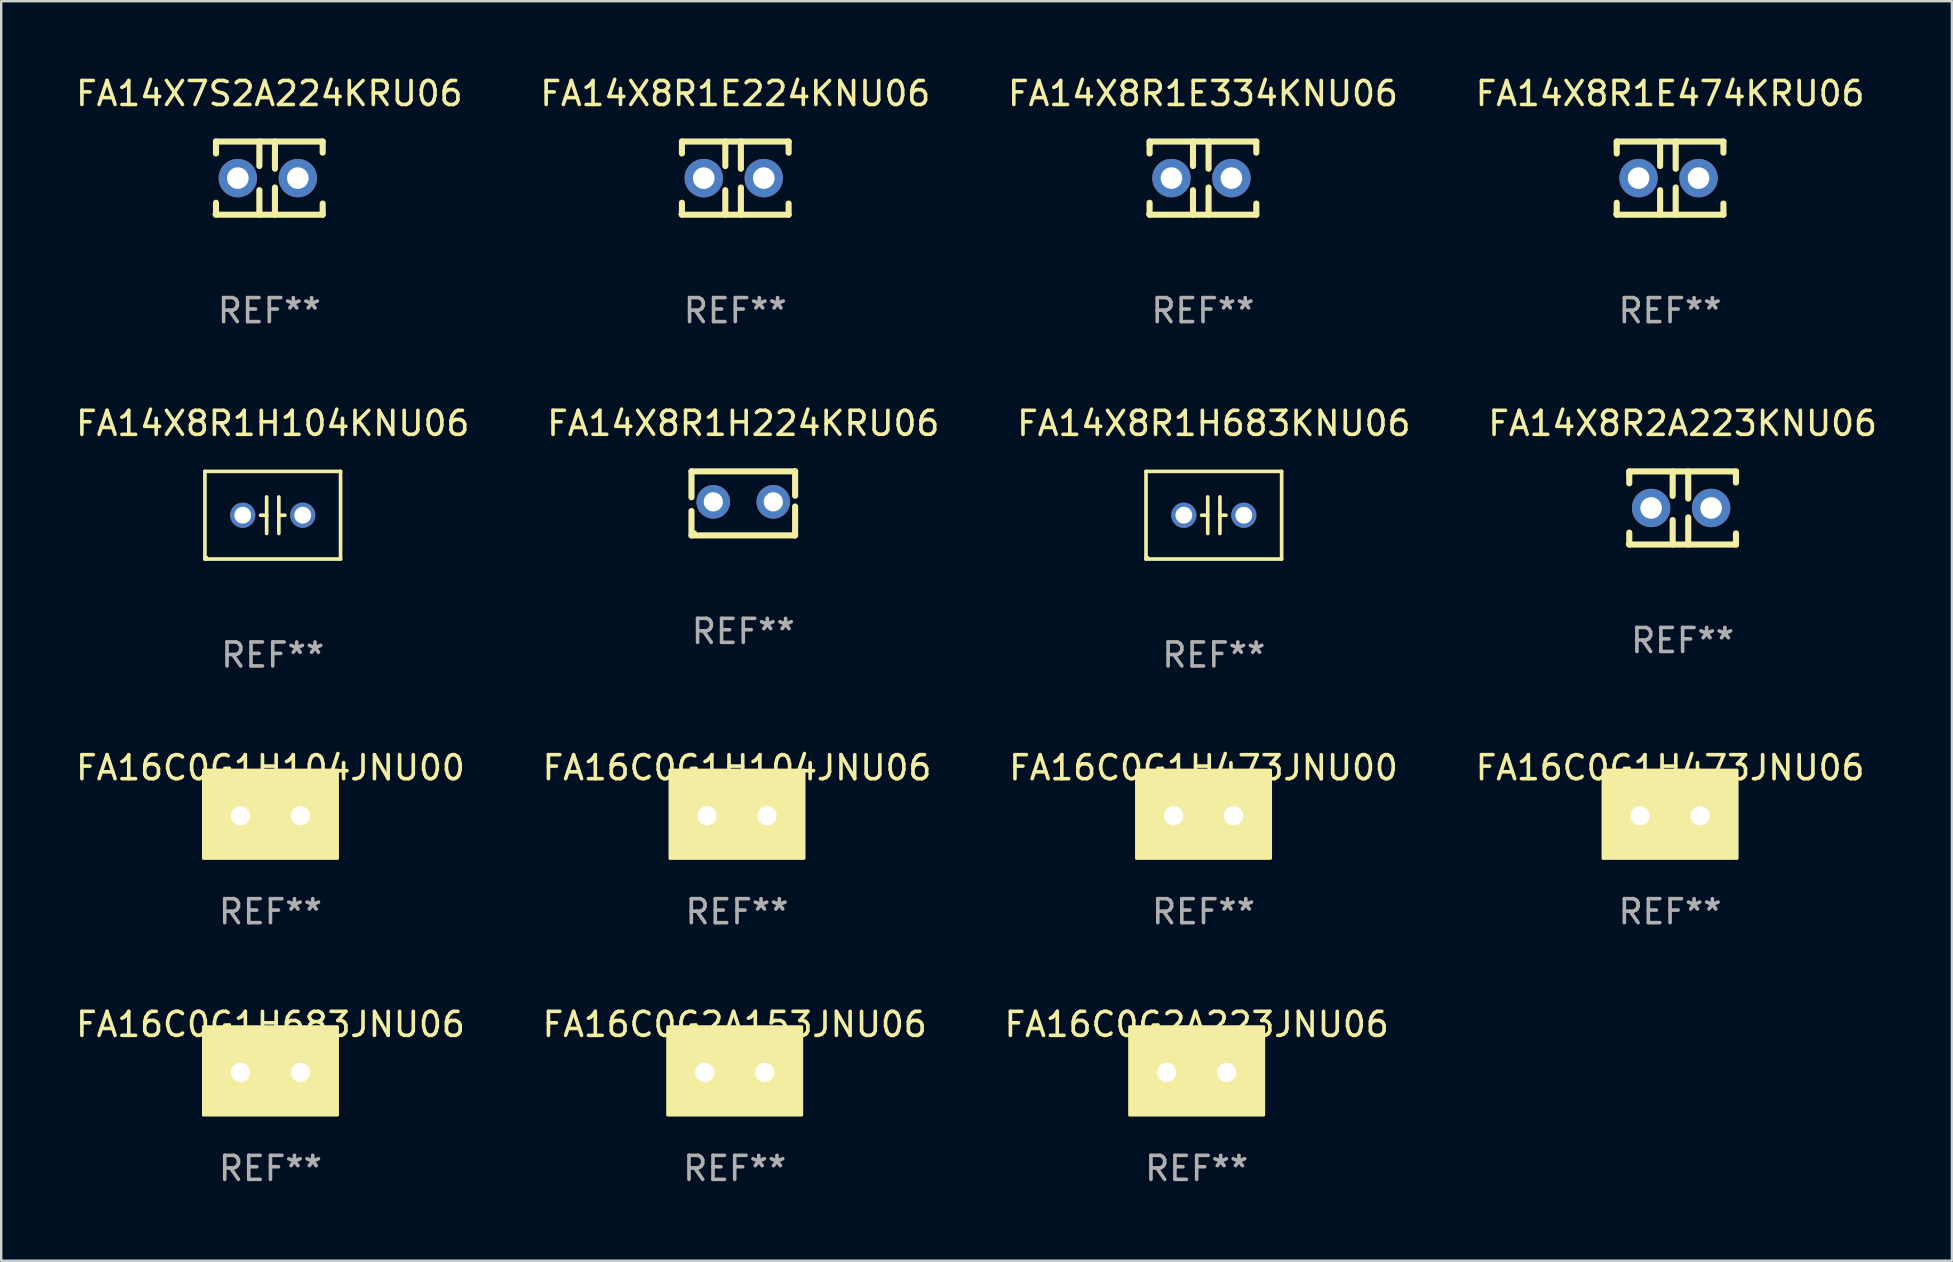
<source format=kicad_pcb>
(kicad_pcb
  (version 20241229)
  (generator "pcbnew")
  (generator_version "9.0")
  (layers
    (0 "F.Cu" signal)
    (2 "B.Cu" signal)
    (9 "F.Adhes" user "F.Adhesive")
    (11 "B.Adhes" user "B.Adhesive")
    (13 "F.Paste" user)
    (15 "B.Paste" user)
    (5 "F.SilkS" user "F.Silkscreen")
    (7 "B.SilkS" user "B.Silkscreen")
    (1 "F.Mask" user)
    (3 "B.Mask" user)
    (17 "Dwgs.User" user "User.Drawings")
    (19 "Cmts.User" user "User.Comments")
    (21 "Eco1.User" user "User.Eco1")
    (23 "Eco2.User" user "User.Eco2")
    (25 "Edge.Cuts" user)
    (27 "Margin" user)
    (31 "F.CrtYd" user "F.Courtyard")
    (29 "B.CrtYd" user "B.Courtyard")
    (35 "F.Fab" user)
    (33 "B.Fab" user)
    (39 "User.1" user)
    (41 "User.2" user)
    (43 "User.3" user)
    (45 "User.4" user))
  (footprint "FA14X7S2A224KRU06"
    (layer "F.Cu")
    (at 8.173 4.372)
    (property "Reference" "FA14X7S2A224KRU06" (at 0 -3.524 0) (layer "F.SilkS") (effects (font (size 1 1) (thickness 0.15))))
    (attr through_hole)
    (fp_line (start -2.223 -1.524) (end 2.223 -1.524) (stroke (width 0.254) (type solid)) (layer "F.SilkS"))
    (fp_line (start -2.223 -1.397) (end -2.223 -1.524) (stroke (width 0.254) (type solid)) (layer "F.SilkS"))
    (fp_line (start -2.223 -1.026) (end -2.223 -1.397) (stroke (width 0.254) (type solid)) (layer "F.SilkS"))
    (fp_line (start -2.223 1.524) (end -2.223 1.026) (stroke (width 0.254) (type solid)) (layer "F.SilkS"))
    (fp_line (start -0.415 -1.524) (end -0.415 -0.503) (stroke (width 0.254) (type solid)) (layer "F.SilkS"))
    (fp_line (start -0.415 0.503) (end -0.415 1.524) (stroke (width 0.254) (type solid)) (layer "F.SilkS"))
    (fp_line (start 0.234 -1.524) (end 0.234 -0.391) (stroke (width 0.254) (type solid)) (layer "F.SilkS"))
    (fp_line (start 0.234 0.391) (end 0.234 1.524) (stroke (width 0.254) (type solid)) (layer "F.SilkS"))
    (fp_line (start 2.223 -1.524) (end 2.223 -1.06) (stroke (width 0.254) (type solid)) (layer "F.SilkS"))
    (fp_line (start 2.223 1.06) (end 2.223 1.524) (stroke (width 0.254) (type solid)) (layer "F.SilkS"))
    (fp_line (start 2.223 1.524) (end -2.223 1.524) (stroke (width 0.254) (type solid)) (layer "F.SilkS"))
    (fp_circle (center -2.314 1.5) (end -2.284 1.5) (stroke (width 0.06) (type solid)) (fill no) (layer "F.SilkS"))
    (fp_text user "REF**" (at 0 5.524 0) (layer "F.Fab") (effects (font (size 1 1) (thickness 0.15))))
    (pad "1" thru_hole circle (at -1.313 0) (size 1.6 1.6) (drill 0.9) (layers "*.Cu" "*.Mask"))
    (pad "2" thru_hole circle (at 1.187 0) (size 1.6 1.6) (drill 0.9) (layers "*.Cu" "*.Mask")))
  (footprint "FA14X8R1E224KNU06"
    (layer "F.Cu")
    (at 27.589 4.372)
    (property "Reference" "FA14X8R1E224KNU06" (at 0 -3.524 0) (layer "F.SilkS") (effects (font (size 1 1) (thickness 0.15))))
    (attr through_hole)
    (fp_line (start -2.223 -1.524) (end 2.223 -1.524) (stroke (width 0.254) (type solid)) (layer "F.SilkS"))
    (fp_line (start -2.223 -1.397) (end -2.223 -1.524) (stroke (width 0.254) (type solid)) (layer "F.SilkS"))
    (fp_line (start -2.223 -1.026) (end -2.223 -1.397) (stroke (width 0.254) (type solid)) (layer "F.SilkS"))
    (fp_line (start -2.223 1.524) (end -2.223 1.026) (stroke (width 0.254) (type solid)) (layer "F.SilkS"))
    (fp_line (start -0.415 -1.524) (end -0.415 -0.503) (stroke (width 0.254) (type solid)) (layer "F.SilkS"))
    (fp_line (start -0.415 0.503) (end -0.415 1.524) (stroke (width 0.254) (type solid)) (layer "F.SilkS"))
    (fp_line (start 0.234 -1.524) (end 0.234 -0.391) (stroke (width 0.254) (type solid)) (layer "F.SilkS"))
    (fp_line (start 0.234 0.391) (end 0.234 1.524) (stroke (width 0.254) (type solid)) (layer "F.SilkS"))
    (fp_line (start 2.223 -1.524) (end 2.223 -1.06) (stroke (width 0.254) (type solid)) (layer "F.SilkS"))
    (fp_line (start 2.223 1.06) (end 2.223 1.524) (stroke (width 0.254) (type solid)) (layer "F.SilkS"))
    (fp_line (start 2.223 1.524) (end -2.223 1.524) (stroke (width 0.254) (type solid)) (layer "F.SilkS"))
    (fp_circle (center -2.314 1.5) (end -2.284 1.5) (stroke (width 0.06) (type solid)) (fill no) (layer "F.SilkS"))
    (fp_text user "REF**" (at 0 5.524 0) (layer "F.Fab") (effects (font (size 1 1) (thickness 0.15))))
    (pad "1" thru_hole circle (at -1.313 0) (size 1.6 1.6) (drill 0.9) (layers "*.Cu" "*.Mask"))
    (pad "2" thru_hole circle (at 1.187 0) (size 1.6 1.6) (drill 0.9) (layers "*.Cu" "*.Mask")))
  (footprint "FA16C0G1H104JNU06"
    (layer "F.Cu")
    (at 27.661 30.942)
    (property "Reference" "FA16C0G1H104JNU06" (at 0 -2 0) (layer "F.SilkS") (effects (font (size 1 1) (thickness 0.15))))
    (attr through_hole)
    (fp_circle (center -2.75 1.75) (end -2.72 1.75) (stroke (width 0.06) (type solid)) (fill no) (layer "F.SilkS"))
    (fp_poly (pts (xy -2.794 -1.905) (xy 2.794 -1.905) (xy 2.794 1.778) (xy -2.794 1.778)) (stroke (width 0.12) (type solid)) (fill yes) (layer "F.SilkS"))
    (fp_text user "REF**" (at 0 4 0) (layer "F.Fab") (effects (font (size 1 1) (thickness 0.15))))
    (pad "1" thru_hole circle (at -1.25 0) (size 1.2 1.2) (drill 0.8) (layers "*.Cu" "*.Mask"))
    (pad "2" thru_hole circle (at 1.25 0) (size 1.2 1.2) (drill 0.8) (layers "*.Cu" "*.Mask")))
  (footprint "FA16C0G1H473JNU00"
    (layer "F.Cu")
    (at 47.101 30.942)
    (property "Reference" "FA16C0G1H473JNU00" (at 0 -2 0) (layer "F.SilkS") (effects (font (size 1 1) (thickness 0.15))))
    (attr through_hole)
    (fp_circle (center -2.75 1.75) (end -2.72 1.75) (stroke (width 0.06) (type solid)) (fill no) (layer "F.SilkS"))
    (fp_poly (pts (xy -2.794 -1.905) (xy 2.794 -1.905) (xy 2.794 1.778) (xy -2.794 1.778)) (stroke (width 0.12) (type solid)) (fill yes) (layer "F.SilkS"))
    (fp_text user "REF**" (at 0 4 0) (layer "F.Fab") (effects (font (size 1 1) (thickness 0.15))))
    (pad "1" thru_hole circle (at -1.25 0) (size 1.2 1.2) (drill 0.8) (layers "*.Cu" "*.Mask"))
    (pad "2" thru_hole circle (at 1.25 0) (size 1.2 1.2) (drill 0.8) (layers "*.Cu" "*.Mask")))
  (footprint "FA14X8R1E474KRU06"
    (layer "F.Cu")
    (at 66.542 4.372)
    (property "Reference" "FA14X8R1E474KRU06" (at 0 -3.524 0) (layer "F.SilkS") (effects (font (size 1 1) (thickness 0.15))))
    (attr through_hole)
    (fp_line (start -2.223 -1.524) (end 2.223 -1.524) (stroke (width 0.254) (type solid)) (layer "F.SilkS"))
    (fp_line (start -2.223 -1.397) (end -2.223 -1.524) (stroke (width 0.254) (type solid)) (layer "F.SilkS"))
    (fp_line (start -2.223 -1.026) (end -2.223 -1.397) (stroke (width 0.254) (type solid)) (layer "F.SilkS"))
    (fp_line (start -2.223 1.524) (end -2.223 1.026) (stroke (width 0.254) (type solid)) (layer "F.SilkS"))
    (fp_line (start -0.415 -1.524) (end -0.415 -0.503) (stroke (width 0.254) (type solid)) (layer "F.SilkS"))
    (fp_line (start -0.415 0.503) (end -0.415 1.524) (stroke (width 0.254) (type solid)) (layer "F.SilkS"))
    (fp_line (start 0.234 -1.524) (end 0.234 -0.391) (stroke (width 0.254) (type solid)) (layer "F.SilkS"))
    (fp_line (start 0.234 0.391) (end 0.234 1.524) (stroke (width 0.254) (type solid)) (layer "F.SilkS"))
    (fp_line (start 2.223 -1.524) (end 2.223 -1.06) (stroke (width 0.254) (type solid)) (layer "F.SilkS"))
    (fp_line (start 2.223 1.06) (end 2.223 1.524) (stroke (width 0.254) (type solid)) (layer "F.SilkS"))
    (fp_line (start 2.223 1.524) (end -2.223 1.524) (stroke (width 0.254) (type solid)) (layer "F.SilkS"))
    (fp_circle (center -2.314 1.5) (end -2.284 1.5) (stroke (width 0.06) (type solid)) (fill no) (layer "F.SilkS"))
    (fp_text user "REF**" (at 0 5.524 0) (layer "F.Fab") (effects (font (size 1 1) (thickness 0.15))))
    (pad "1" thru_hole circle (at -1.313 0) (size 1.6 1.6) (drill 0.9) (layers "*.Cu" "*.Mask"))
    (pad "2" thru_hole circle (at 1.187 0) (size 1.6 1.6) (drill 0.9) (layers "*.Cu" "*.Mask")))
  (footprint "FA14X8R1H104KNU06"
    (layer "F.Cu")
    (at 8.315 18.419)
    (property "Reference" "FA14X8R1H104KNU06" (at 0 -3.826 0) (layer "F.SilkS") (effects (font (size 1 1) (thickness 0.15))))
    (attr through_hole)
    (fp_line (start -2.826 -1.826) (end 2.826 -1.826) (stroke (width 0.152) (type solid)) (layer "F.SilkS"))
    (fp_line (start -2.826 1.826) (end -2.826 -1.826) (stroke (width 0.152) (type solid)) (layer "F.SilkS"))
    (fp_line (start -0.254 -0.762) (end -0.254 0.762) (stroke (width 0.152) (type solid)) (layer "F.SilkS"))
    (fp_line (start -0.254 0.001) (end -0.508 0.001) (stroke (width 0.152) (type solid)) (layer "F.SilkS"))
    (fp_line (start 0.254 0.001) (end 0.508 0.001) (stroke (width 0.152) (type solid)) (layer "F.SilkS"))
    (fp_line (start 0.254 0.762) (end 0.254 -0.762) (stroke (width 0.152) (type solid)) (layer "F.SilkS"))
    (fp_line (start 2.826 -1.826) (end 2.826 1.826) (stroke (width 0.152) (type solid)) (layer "F.SilkS"))
    (fp_line (start 2.826 1.826) (end -2.826 1.826) (stroke (width 0.152) (type solid)) (layer "F.SilkS"))
    (fp_circle (center -2.75 1.75) (end -2.72 1.75) (stroke (width 0.06) (type solid)) (fill no) (layer "F.SilkS"))
    (fp_text user "REF**" (at 0 5.826 0) (layer "F.Fab") (effects (font (size 1 1) (thickness 0.15))))
    (pad "1" thru_hole circle (at -1.25 -0.000013) (size 1.05 1.05) (drill 0.7) (layers "*.Cu" "*.Mask"))
    (pad "2" thru_hole circle (at 1.25 -0.000013) (size 1.05 1.05) (drill 0.7) (layers "*.Cu" "*.Mask")))
  (footprint "FA16C0G1H104JNU00"
    (layer "F.Cu")
    (at 8.22 30.942)
    (property "Reference" "FA16C0G1H104JNU00" (at 0 -2 0) (layer "F.SilkS") (effects (font (size 1 1) (thickness 0.15))))
    (attr through_hole)
    (fp_circle (center -2.75 1.75) (end -2.72 1.75) (stroke (width 0.06) (type solid)) (fill no) (layer "F.SilkS"))
    (fp_poly (pts (xy -2.794 -1.905) (xy 2.794 -1.905) (xy 2.794 1.778) (xy -2.794 1.778)) (stroke (width 0.12) (type solid)) (fill yes) (layer "F.SilkS"))
    (fp_text user "REF**" (at 0 4 0) (layer "F.Fab") (effects (font (size 1 1) (thickness 0.15))))
    (pad "1" thru_hole circle (at -1.25 0) (size 1.2 1.2) (drill 0.8) (layers "*.Cu" "*.Mask"))
    (pad "2" thru_hole circle (at 1.25 0) (size 1.2 1.2) (drill 0.8) (layers "*.Cu" "*.Mask")))
  (footprint "FA14X8R1E334KNU06"
    (layer "F.Cu")
    (at 47.077 4.372)
    (property "Reference" "FA14X8R1E334KNU06" (at 0 -3.524 0) (layer "F.SilkS") (effects (font (size 1 1) (thickness 0.15))))
    (attr through_hole)
    (fp_line (start -2.223 -1.524) (end 2.223 -1.524) (stroke (width 0.254) (type solid)) (layer "F.SilkS"))
    (fp_line (start -2.223 -1.397) (end -2.223 -1.524) (stroke (width 0.254) (type solid)) (layer "F.SilkS"))
    (fp_line (start -2.223 -1.026) (end -2.223 -1.397) (stroke (width 0.254) (type solid)) (layer "F.SilkS"))
    (fp_line (start -2.223 1.524) (end -2.223 1.026) (stroke (width 0.254) (type solid)) (layer "F.SilkS"))
    (fp_line (start -0.415 -1.524) (end -0.415 -0.503) (stroke (width 0.254) (type solid)) (layer "F.SilkS"))
    (fp_line (start -0.415 0.503) (end -0.415 1.524) (stroke (width 0.254) (type solid)) (layer "F.SilkS"))
    (fp_line (start 0.234 -1.524) (end 0.234 -0.391) (stroke (width 0.254) (type solid)) (layer "F.SilkS"))
    (fp_line (start 0.234 0.391) (end 0.234 1.524) (stroke (width 0.254) (type solid)) (layer "F.SilkS"))
    (fp_line (start 2.223 -1.524) (end 2.223 -1.06) (stroke (width 0.254) (type solid)) (layer "F.SilkS"))
    (fp_line (start 2.223 1.06) (end 2.223 1.524) (stroke (width 0.254) (type solid)) (layer "F.SilkS"))
    (fp_line (start 2.223 1.524) (end -2.223 1.524) (stroke (width 0.254) (type solid)) (layer "F.SilkS"))
    (fp_circle (center -2.314 1.5) (end -2.284 1.5) (stroke (width 0.06) (type solid)) (fill no) (layer "F.SilkS"))
    (fp_text user "REF**" (at 0 5.524 0) (layer "F.Fab") (effects (font (size 1 1) (thickness 0.15))))
    (pad "1" thru_hole circle (at -1.313 0) (size 1.6 1.6) (drill 0.9) (layers "*.Cu" "*.Mask"))
    (pad "2" thru_hole circle (at 1.187 0) (size 1.6 1.6) (drill 0.9) (layers "*.Cu" "*.Mask")))
  (footprint "FA16C0G2A223JNU06"
    (layer "F.Cu")
    (at 46.815 41.638)
    (property "Reference" "FA16C0G2A223JNU06" (at 0 -2 0) (layer "F.SilkS") (effects (font (size 1 1) (thickness 0.15))))
    (attr through_hole)
    (fp_circle (center -2.75 1.75) (end -2.72 1.75) (stroke (width 0.06) (type solid)) (fill no) (layer "F.SilkS"))
    (fp_poly (pts (xy -2.794 -1.905) (xy 2.794 -1.905) (xy 2.794 1.778) (xy -2.794 1.778)) (stroke (width 0.12) (type solid)) (fill yes) (layer "F.SilkS"))
    (fp_text user "REF**" (at 0 4 0) (layer "F.Fab") (effects (font (size 1 1) (thickness 0.15))))
    (pad "1" thru_hole circle (at -1.25 0) (size 1.2 1.2) (drill 0.8) (layers "*.Cu" "*.Mask"))
    (pad "2" thru_hole circle (at 1.25 0) (size 1.2 1.2) (drill 0.8) (layers "*.Cu" "*.Mask")))
  (footprint "FA16C0G1H683JNU06"
    (layer "F.Cu")
    (at 8.22 41.638)
    (property "Reference" "FA16C0G1H683JNU06" (at 0 -2 0) (layer "F.SilkS") (effects (font (size 1 1) (thickness 0.15))))
    (attr through_hole)
    (fp_circle (center -2.75 1.75) (end -2.72 1.75) (stroke (width 0.06) (type solid)) (fill no) (layer "F.SilkS"))
    (fp_poly (pts (xy -2.794 -1.905) (xy 2.794 -1.905) (xy 2.794 1.778) (xy -2.794 1.778)) (stroke (width 0.12) (type solid)) (fill yes) (layer "F.SilkS"))
    (fp_text user "REF**" (at 0 4 0) (layer "F.Fab") (effects (font (size 1 1) (thickness 0.15))))
    (pad "1" thru_hole circle (at -1.25 0) (size 1.2 1.2) (drill 0.8) (layers "*.Cu" "*.Mask"))
    (pad "2" thru_hole circle (at 1.25 0) (size 1.2 1.2) (drill 0.8) (layers "*.Cu" "*.Mask")))
  (footprint "FA16C0G2A153JNU06"
    (layer "F.Cu")
    (at 27.565 41.638)
    (property "Reference" "FA16C0G2A153JNU06" (at 0 -2 0) (layer "F.SilkS") (effects (font (size 1 1) (thickness 0.15))))
    (attr through_hole)
    (fp_circle (center -2.75 1.75) (end -2.72 1.75) (stroke (width 0.06) (type solid)) (fill no) (layer "F.SilkS"))
    (fp_poly (pts (xy -2.794 -1.905) (xy 2.794 -1.905) (xy 2.794 1.778) (xy -2.794 1.778)) (stroke (width 0.12) (type solid)) (fill yes) (layer "F.SilkS"))
    (fp_text user "REF**" (at 0 4 0) (layer "F.Fab") (effects (font (size 1 1) (thickness 0.15))))
    (pad "1" thru_hole circle (at -1.25 0) (size 1.2 1.2) (drill 0.8) (layers "*.Cu" "*.Mask"))
    (pad "2" thru_hole circle (at 1.25 0) (size 1.2 1.2) (drill 0.8) (layers "*.Cu" "*.Mask")))
  (footprint "FA14X8R1H224KRU06"
    (layer "F.Cu")
    (at 27.923 17.926)
    (property "Reference" "FA14X8R1H224KRU06" (at 0 -3.334 0) (layer "F.SilkS") (effects (font (size 1 1) (thickness 0.15))))
    (attr through_hole)
    (fp_line (start -2.159 -1.334) (end 2.159 -1.334) (stroke (width 0.254) (type solid)) (layer "F.SilkS"))
    (fp_line (start -2.159 -0.256) (end -2.159 -1.334) (stroke (width 0.254) (type solid)) (layer "F.SilkS"))
    (fp_line (start -2.159 1.334) (end -2.159 0.318) (stroke (width 0.254) (type solid)) (layer "F.SilkS"))
    (fp_line (start 2.159 -1.334) (end 2.159 -1.334) (stroke (width 0.254) (type solid)) (layer "F.SilkS"))
    (fp_line (start 2.159 -1.334) (end 2.159 -0.318) (stroke (width 0.254) (type solid)) (layer "F.SilkS"))
    (fp_line (start 2.159 0.129) (end 2.159 1.334) (stroke (width 0.254) (type solid)) (layer "F.SilkS"))
    (fp_line (start 2.159 1.334) (end -2.159 1.334) (stroke (width 0.254) (type solid)) (layer "F.SilkS"))
    (fp_circle (center -2 1.186) (end -1.97 1.186) (stroke (width 0.06) (type solid)) (fill no) (layer "F.SilkS"))
    (fp_text user "REF**" (at 0 5.334 0) (layer "F.Fab") (effects (font (size 1 1) (thickness 0.15))))
    (pad "1" thru_hole circle (at -1.25 -0.064) (size 1.4 1.4) (drill 0.8) (layers "*.Cu" "*.Mask"))
    (pad "2" thru_hole circle (at 1.25 -0.064) (size 1.4 1.4) (drill 0.8) (layers "*.Cu" "*.Mask")))
  (footprint "FA16C0G1H473JNU06"
    (layer "F.Cu")
    (at 66.542 30.942)
    (property "Reference" "FA16C0G1H473JNU06" (at 0 -2 0) (layer "F.SilkS") (effects (font (size 1 1) (thickness 0.15))))
    (attr through_hole)
    (fp_circle (center -2.75 1.75) (end -2.72 1.75) (stroke (width 0.06) (type solid)) (fill no) (layer "F.SilkS"))
    (fp_poly (pts (xy -2.794 -1.905) (xy 2.794 -1.905) (xy 2.794 1.778) (xy -2.794 1.778)) (stroke (width 0.12) (type solid)) (fill yes) (layer "F.SilkS"))
    (fp_text user "REF**" (at 0 4 0) (layer "F.Fab") (effects (font (size 1 1) (thickness 0.15))))
    (pad "1" thru_hole circle (at -1.25 0) (size 1.2 1.2) (drill 0.8) (layers "*.Cu" "*.Mask"))
    (pad "2" thru_hole circle (at 1.25 0) (size 1.2 1.2) (drill 0.8) (layers "*.Cu" "*.Mask")))
  (footprint "FA14X8R2A223KNU06"
    (layer "F.Cu")
    (at 67.065 18.117)
    (property "Reference" "FA14X8R2A223KNU06" (at 0 -3.524 0) (layer "F.SilkS") (effects (font (size 1 1) (thickness 0.15))))
    (attr through_hole)
    (fp_line (start -2.223 -1.524) (end 2.223 -1.524) (stroke (width 0.254) (type solid)) (layer "F.SilkS"))
    (fp_line (start -2.223 -1.397) (end -2.223 -1.524) (stroke (width 0.254) (type solid)) (layer "F.SilkS"))
    (fp_line (start -2.223 -1.026) (end -2.223 -1.397) (stroke (width 0.254) (type solid)) (layer "F.SilkS"))
    (fp_line (start -2.223 1.524) (end -2.223 1.026) (stroke (width 0.254) (type solid)) (layer "F.SilkS"))
    (fp_line (start -0.415 -1.524) (end -0.415 -0.503) (stroke (width 0.254) (type solid)) (layer "F.SilkS"))
    (fp_line (start -0.415 0.503) (end -0.415 1.524) (stroke (width 0.254) (type solid)) (layer "F.SilkS"))
    (fp_line (start 0.234 -1.524) (end 0.234 -0.391) (stroke (width 0.254) (type solid)) (layer "F.SilkS"))
    (fp_line (start 0.234 0.391) (end 0.234 1.524) (stroke (width 0.254) (type solid)) (layer "F.SilkS"))
    (fp_line (start 2.223 -1.524) (end 2.223 -1.06) (stroke (width 0.254) (type solid)) (layer "F.SilkS"))
    (fp_line (start 2.223 1.06) (end 2.223 1.524) (stroke (width 0.254) (type solid)) (layer "F.SilkS"))
    (fp_line (start 2.223 1.524) (end -2.223 1.524) (stroke (width 0.254) (type solid)) (layer "F.SilkS"))
    (fp_circle (center -2.314 1.5) (end -2.284 1.5) (stroke (width 0.06) (type solid)) (fill no) (layer "F.SilkS"))
    (fp_text user "REF**" (at 0 5.524 0) (layer "F.Fab") (effects (font (size 1 1) (thickness 0.15))))
    (pad "1" thru_hole circle (at -1.313 0) (size 1.6 1.6) (drill 0.9) (layers "*.Cu" "*.Mask"))
    (pad "2" thru_hole circle (at 1.187 0) (size 1.6 1.6) (drill 0.9) (layers "*.Cu" "*.Mask")))
  (footprint "FA14X8R1H683KNU06"
    (layer "F.Cu")
    (at 47.53 18.419)
    (property "Reference" "FA14X8R1H683KNU06" (at 0 -3.826 0) (layer "F.SilkS") (effects (font (size 1 1) (thickness 0.15))))
    (attr through_hole)
    (fp_line (start -2.826 -1.826) (end 2.826 -1.826) (stroke (width 0.152) (type solid)) (layer "F.SilkS"))
    (fp_line (start -2.826 1.826) (end -2.826 -1.826) (stroke (width 0.152) (type solid)) (layer "F.SilkS"))
    (fp_line (start -0.254 -0.762) (end -0.254 0.762) (stroke (width 0.152) (type solid)) (layer "F.SilkS"))
    (fp_line (start -0.254 0.001) (end -0.508 0.001) (stroke (width 0.152) (type solid)) (layer "F.SilkS"))
    (fp_line (start 0.254 0.001) (end 0.508 0.001) (stroke (width 0.152) (type solid)) (layer "F.SilkS"))
    (fp_line (start 0.254 0.762) (end 0.254 -0.762) (stroke (width 0.152) (type solid)) (layer "F.SilkS"))
    (fp_line (start 2.826 -1.826) (end 2.826 1.826) (stroke (width 0.152) (type solid)) (layer "F.SilkS"))
    (fp_line (start 2.826 1.826) (end -2.826 1.826) (stroke (width 0.152) (type solid)) (layer "F.SilkS"))
    (fp_circle (center -2.75 1.75) (end -2.72 1.75) (stroke (width 0.06) (type solid)) (fill no) (layer "F.SilkS"))
    (fp_text user "REF**" (at 0 5.826 0) (layer "F.Fab") (effects (font (size 1 1) (thickness 0.15))))
    (pad "1" thru_hole circle (at -1.25 -0.000013) (size 1.05 1.05) (drill 0.7) (layers "*.Cu" "*.Mask"))
    (pad "2" thru_hole circle (at 1.25 -0.000013) (size 1.05 1.05) (drill 0.7) (layers "*.Cu" "*.Mask")))
  (gr_rect
    (start -3 -3)
    (end 78.286 49.486)
    (stroke (width 0.1) (type default))
    (fill no)
    (layer "Edge.Cuts")))
</source>
